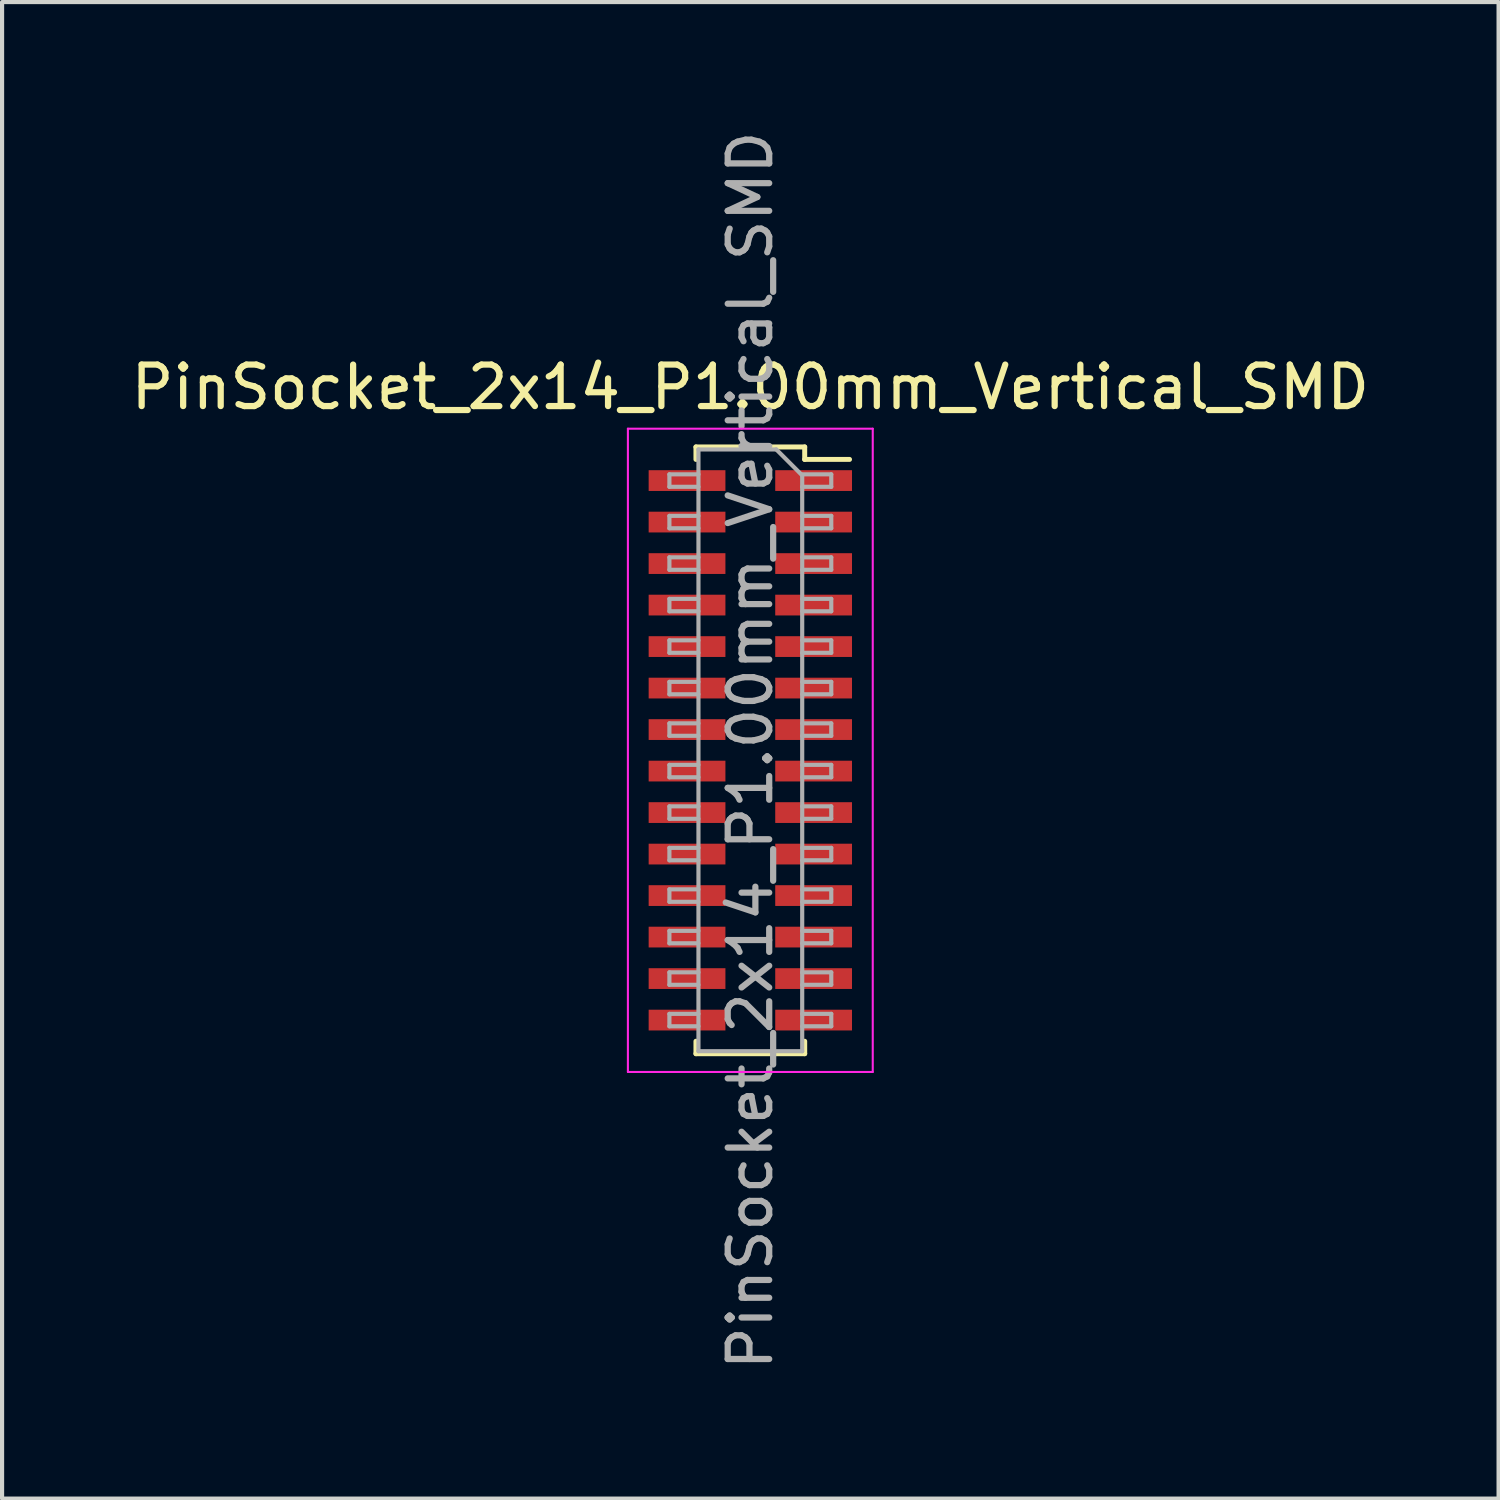
<source format=kicad_pcb>
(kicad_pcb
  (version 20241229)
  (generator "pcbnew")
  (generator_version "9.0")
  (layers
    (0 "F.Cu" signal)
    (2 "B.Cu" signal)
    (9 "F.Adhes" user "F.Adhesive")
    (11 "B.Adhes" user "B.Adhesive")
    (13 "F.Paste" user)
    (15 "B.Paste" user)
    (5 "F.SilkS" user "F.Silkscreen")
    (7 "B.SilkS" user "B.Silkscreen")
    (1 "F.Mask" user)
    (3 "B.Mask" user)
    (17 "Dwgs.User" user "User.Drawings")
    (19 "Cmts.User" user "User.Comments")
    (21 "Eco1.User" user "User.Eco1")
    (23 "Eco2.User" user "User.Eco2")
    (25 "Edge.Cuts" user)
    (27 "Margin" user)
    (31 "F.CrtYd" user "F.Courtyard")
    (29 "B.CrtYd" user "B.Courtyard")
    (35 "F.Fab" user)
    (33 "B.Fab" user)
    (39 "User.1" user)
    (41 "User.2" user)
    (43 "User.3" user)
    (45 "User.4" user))
  (footprint "PinSocket_2x14_P1.00mm_Vertical_SMD"
    (layer "F.Cu")
    (at 15.03 15.03)
    (property "Reference" "PinSocket_2x14_P1.00mm_Vertical_SMD" (at 0 -8.75 0) (layer "F.SilkS") (effects (font (size 1 1) (thickness 0.15))))
    (attr smd)
    (fp_line (start -1.31 -7.31) (end -1.31 -7.01) (stroke (width 0.12) (type solid)) (layer "F.SilkS"))
    (fp_line (start -1.31 -7.31) (end 1.31 -7.31) (stroke (width 0.12) (type solid)) (layer "F.SilkS"))
    (fp_line (start -1.31 7.01) (end -1.31 7.31) (stroke (width 0.12) (type solid)) (layer "F.SilkS"))
    (fp_line (start -1.31 7.31) (end 1.31 7.31) (stroke (width 0.12) (type solid)) (layer "F.SilkS"))
    (fp_line (start 1.31 -7.31) (end 1.31 -7.01) (stroke (width 0.12) (type solid)) (layer "F.SilkS"))
    (fp_line (start 1.31 -7.01) (end 2.39 -7.01) (stroke (width 0.12) (type solid)) (layer "F.SilkS"))
    (fp_line (start 1.31 7.01) (end 1.31 7.31) (stroke (width 0.12) (type solid)) (layer "F.SilkS"))
    (fp_line (start -2.95 -7.75) (end 2.95 -7.75) (stroke (width 0.05) (type solid)) (layer "F.CrtYd"))
    (fp_line (start -2.95 7.75) (end -2.95 -7.75) (stroke (width 0.05) (type solid)) (layer "F.CrtYd"))
    (fp_line (start 2.95 -7.75) (end 2.95 7.75) (stroke (width 0.05) (type solid)) (layer "F.CrtYd"))
    (fp_line (start 2.95 7.75) (end -2.95 7.75) (stroke (width 0.05) (type solid)) (layer "F.CrtYd"))
    (fp_line (start -1.95 -6.65) (end -1.25 -6.65) (stroke (width 0.1) (type solid)) (layer "F.Fab"))
    (fp_line (start -1.95 -6.35) (end -1.95 -6.65) (stroke (width 0.1) (type solid)) (layer "F.Fab"))
    (fp_line (start -1.95 -5.65) (end -1.25 -5.65) (stroke (width 0.1) (type solid)) (layer "F.Fab"))
    (fp_line (start -1.95 -5.35) (end -1.95 -5.65) (stroke (width 0.1) (type solid)) (layer "F.Fab"))
    (fp_line (start -1.95 -4.65) (end -1.25 -4.65) (stroke (width 0.1) (type solid)) (layer "F.Fab"))
    (fp_line (start -1.95 -4.35) (end -1.95 -4.65) (stroke (width 0.1) (type solid)) (layer "F.Fab"))
    (fp_line (start -1.95 -3.65) (end -1.25 -3.65) (stroke (width 0.1) (type solid)) (layer "F.Fab"))
    (fp_line (start -1.95 -3.35) (end -1.95 -3.65) (stroke (width 0.1) (type solid)) (layer "F.Fab"))
    (fp_line (start -1.95 -2.65) (end -1.25 -2.65) (stroke (width 0.1) (type solid)) (layer "F.Fab"))
    (fp_line (start -1.95 -2.35) (end -1.95 -2.65) (stroke (width 0.1) (type solid)) (layer "F.Fab"))
    (fp_line (start -1.95 -1.65) (end -1.25 -1.65) (stroke (width 0.1) (type solid)) (layer "F.Fab"))
    (fp_line (start -1.95 -1.35) (end -1.95 -1.65) (stroke (width 0.1) (type solid)) (layer "F.Fab"))
    (fp_line (start -1.95 -0.65) (end -1.25 -0.65) (stroke (width 0.1) (type solid)) (layer "F.Fab"))
    (fp_line (start -1.95 -0.35) (end -1.95 -0.65) (stroke (width 0.1) (type solid)) (layer "F.Fab"))
    (fp_line (start -1.95 0.35) (end -1.25 0.35) (stroke (width 0.1) (type solid)) (layer "F.Fab"))
    (fp_line (start -1.95 0.65) (end -1.95 0.35) (stroke (width 0.1) (type solid)) (layer "F.Fab"))
    (fp_line (start -1.95 1.35) (end -1.25 1.35) (stroke (width 0.1) (type solid)) (layer "F.Fab"))
    (fp_line (start -1.95 1.65) (end -1.95 1.35) (stroke (width 0.1) (type solid)) (layer "F.Fab"))
    (fp_line (start -1.95 2.35) (end -1.25 2.35) (stroke (width 0.1) (type solid)) (layer "F.Fab"))
    (fp_line (start -1.95 2.65) (end -1.95 2.35) (stroke (width 0.1) (type solid)) (layer "F.Fab"))
    (fp_line (start -1.95 3.35) (end -1.25 3.35) (stroke (width 0.1) (type solid)) (layer "F.Fab"))
    (fp_line (start -1.95 3.65) (end -1.95 3.35) (stroke (width 0.1) (type solid)) (layer "F.Fab"))
    (fp_line (start -1.95 4.35) (end -1.25 4.35) (stroke (width 0.1) (type solid)) (layer "F.Fab"))
    (fp_line (start -1.95 4.65) (end -1.95 4.35) (stroke (width 0.1) (type solid)) (layer "F.Fab"))
    (fp_line (start -1.95 5.35) (end -1.25 5.35) (stroke (width 0.1) (type solid)) (layer "F.Fab"))
    (fp_line (start -1.95 5.65) (end -1.95 5.35) (stroke (width 0.1) (type solid)) (layer "F.Fab"))
    (fp_line (start -1.95 6.35) (end -1.25 6.35) (stroke (width 0.1) (type solid)) (layer "F.Fab"))
    (fp_line (start -1.95 6.65) (end -1.95 6.35) (stroke (width 0.1) (type solid)) (layer "F.Fab"))
    (fp_line (start -1.25 -7.25) (end 0.625 -7.25) (stroke (width 0.1) (type solid)) (layer "F.Fab"))
    (fp_line (start -1.25 -6.35) (end -1.95 -6.35) (stroke (width 0.1) (type solid)) (layer "F.Fab"))
    (fp_line (start -1.25 -5.35) (end -1.95 -5.35) (stroke (width 0.1) (type solid)) (layer "F.Fab"))
    (fp_line (start -1.25 -4.35) (end -1.95 -4.35) (stroke (width 0.1) (type solid)) (layer "F.Fab"))
    (fp_line (start -1.25 -3.35) (end -1.95 -3.35) (stroke (width 0.1) (type solid)) (layer "F.Fab"))
    (fp_line (start -1.25 -2.35) (end -1.95 -2.35) (stroke (width 0.1) (type solid)) (layer "F.Fab"))
    (fp_line (start -1.25 -1.35) (end -1.95 -1.35) (stroke (width 0.1) (type solid)) (layer "F.Fab"))
    (fp_line (start -1.25 -0.35) (end -1.95 -0.35) (stroke (width 0.1) (type solid)) (layer "F.Fab"))
    (fp_line (start -1.25 0.65) (end -1.95 0.65) (stroke (width 0.1) (type solid)) (layer "F.Fab"))
    (fp_line (start -1.25 1.65) (end -1.95 1.65) (stroke (width 0.1) (type solid)) (layer "F.Fab"))
    (fp_line (start -1.25 2.65) (end -1.95 2.65) (stroke (width 0.1) (type solid)) (layer "F.Fab"))
    (fp_line (start -1.25 3.65) (end -1.95 3.65) (stroke (width 0.1) (type solid)) (layer "F.Fab"))
    (fp_line (start -1.25 4.65) (end -1.95 4.65) (stroke (width 0.1) (type solid)) (layer "F.Fab"))
    (fp_line (start -1.25 5.65) (end -1.95 5.65) (stroke (width 0.1) (type solid)) (layer "F.Fab"))
    (fp_line (start -1.25 6.65) (end -1.95 6.65) (stroke (width 0.1) (type solid)) (layer "F.Fab"))
    (fp_line (start -1.25 7.25) (end -1.25 -7.25) (stroke (width 0.1) (type solid)) (layer "F.Fab"))
    (fp_line (start 0.625 -7.25) (end 1.25 -6.625) (stroke (width 0.1) (type solid)) (layer "F.Fab"))
    (fp_line (start 1.25 -6.65) (end 1.95 -6.65) (stroke (width 0.1) (type solid)) (layer "F.Fab"))
    (fp_line (start 1.25 -6.625) (end 1.25 7.25) (stroke (width 0.1) (type solid)) (layer "F.Fab"))
    (fp_line (start 1.25 -5.65) (end 1.95 -5.65) (stroke (width 0.1) (type solid)) (layer "F.Fab"))
    (fp_line (start 1.25 -4.65) (end 1.95 -4.65) (stroke (width 0.1) (type solid)) (layer "F.Fab"))
    (fp_line (start 1.25 -3.65) (end 1.95 -3.65) (stroke (width 0.1) (type solid)) (layer "F.Fab"))
    (fp_line (start 1.25 -2.65) (end 1.95 -2.65) (stroke (width 0.1) (type solid)) (layer "F.Fab"))
    (fp_line (start 1.25 -1.65) (end 1.95 -1.65) (stroke (width 0.1) (type solid)) (layer "F.Fab"))
    (fp_line (start 1.25 -0.65) (end 1.95 -0.65) (stroke (width 0.1) (type solid)) (layer "F.Fab"))
    (fp_line (start 1.25 0.35) (end 1.95 0.35) (stroke (width 0.1) (type solid)) (layer "F.Fab"))
    (fp_line (start 1.25 1.35) (end 1.95 1.35) (stroke (width 0.1) (type solid)) (layer "F.Fab"))
    (fp_line (start 1.25 2.35) (end 1.95 2.35) (stroke (width 0.1) (type solid)) (layer "F.Fab"))
    (fp_line (start 1.25 3.35) (end 1.95 3.35) (stroke (width 0.1) (type solid)) (layer "F.Fab"))
    (fp_line (start 1.25 4.35) (end 1.95 4.35) (stroke (width 0.1) (type solid)) (layer "F.Fab"))
    (fp_line (start 1.25 5.35) (end 1.95 5.35) (stroke (width 0.1) (type solid)) (layer "F.Fab"))
    (fp_line (start 1.25 6.35) (end 1.95 6.35) (stroke (width 0.1) (type solid)) (layer "F.Fab"))
    (fp_line (start 1.25 7.25) (end -1.25 7.25) (stroke (width 0.1) (type solid)) (layer "F.Fab"))
    (fp_line (start 1.95 -6.65) (end 1.95 -6.35) (stroke (width 0.1) (type solid)) (layer "F.Fab"))
    (fp_line (start 1.95 -6.35) (end 1.25 -6.35) (stroke (width 0.1) (type solid)) (layer "F.Fab"))
    (fp_line (start 1.95 -5.65) (end 1.95 -5.35) (stroke (width 0.1) (type solid)) (layer "F.Fab"))
    (fp_line (start 1.95 -5.35) (end 1.25 -5.35) (stroke (width 0.1) (type solid)) (layer "F.Fab"))
    (fp_line (start 1.95 -4.65) (end 1.95 -4.35) (stroke (width 0.1) (type solid)) (layer "F.Fab"))
    (fp_line (start 1.95 -4.35) (end 1.25 -4.35) (stroke (width 0.1) (type solid)) (layer "F.Fab"))
    (fp_line (start 1.95 -3.65) (end 1.95 -3.35) (stroke (width 0.1) (type solid)) (layer "F.Fab"))
    (fp_line (start 1.95 -3.35) (end 1.25 -3.35) (stroke (width 0.1) (type solid)) (layer "F.Fab"))
    (fp_line (start 1.95 -2.65) (end 1.95 -2.35) (stroke (width 0.1) (type solid)) (layer "F.Fab"))
    (fp_line (start 1.95 -2.35) (end 1.25 -2.35) (stroke (width 0.1) (type solid)) (layer "F.Fab"))
    (fp_line (start 1.95 -1.65) (end 1.95 -1.35) (stroke (width 0.1) (type solid)) (layer "F.Fab"))
    (fp_line (start 1.95 -1.35) (end 1.25 -1.35) (stroke (width 0.1) (type solid)) (layer "F.Fab"))
    (fp_line (start 1.95 -0.65) (end 1.95 -0.35) (stroke (width 0.1) (type solid)) (layer "F.Fab"))
    (fp_line (start 1.95 -0.35) (end 1.25 -0.35) (stroke (width 0.1) (type solid)) (layer "F.Fab"))
    (fp_line (start 1.95 0.35) (end 1.95 0.65) (stroke (width 0.1) (type solid)) (layer "F.Fab"))
    (fp_line (start 1.95 0.65) (end 1.25 0.65) (stroke (width 0.1) (type solid)) (layer "F.Fab"))
    (fp_line (start 1.95 1.35) (end 1.95 1.65) (stroke (width 0.1) (type solid)) (layer "F.Fab"))
    (fp_line (start 1.95 1.65) (end 1.25 1.65) (stroke (width 0.1) (type solid)) (layer "F.Fab"))
    (fp_line (start 1.95 2.35) (end 1.95 2.65) (stroke (width 0.1) (type solid)) (layer "F.Fab"))
    (fp_line (start 1.95 2.65) (end 1.25 2.65) (stroke (width 0.1) (type solid)) (layer "F.Fab"))
    (fp_line (start 1.95 3.35) (end 1.95 3.65) (stroke (width 0.1) (type solid)) (layer "F.Fab"))
    (fp_line (start 1.95 3.65) (end 1.25 3.65) (stroke (width 0.1) (type solid)) (layer "F.Fab"))
    (fp_line (start 1.95 4.35) (end 1.95 4.65) (stroke (width 0.1) (type solid)) (layer "F.Fab"))
    (fp_line (start 1.95 4.65) (end 1.25 4.65) (stroke (width 0.1) (type solid)) (layer "F.Fab"))
    (fp_line (start 1.95 5.35) (end 1.95 5.65) (stroke (width 0.1) (type solid)) (layer "F.Fab"))
    (fp_line (start 1.95 5.65) (end 1.25 5.65) (stroke (width 0.1) (type solid)) (layer "F.Fab"))
    (fp_line (start 1.95 6.35) (end 1.95 6.65) (stroke (width 0.1) (type solid)) (layer "F.Fab"))
    (fp_line (start 1.95 6.65) (end 1.25 6.65) (stroke (width 0.1) (type solid)) (layer "F.Fab"))
    (fp_text user "${REFERENCE}" (at 0 0 90) (layer "F.Fab") (effects (font (size 1 1) (thickness 0.15))))
    (pad "1" smd rect (at 1.525 -6.5) (size 1.85 0.5) (layers "F.Cu" "F.Mask" "F.Paste"))
    (pad "2" smd rect (at -1.525 -6.5) (size 1.85 0.5) (layers "F.Cu" "F.Mask" "F.Paste"))
    (pad "3" smd rect (at 1.525 -5.5) (size 1.85 0.5) (layers "F.Cu" "F.Mask" "F.Paste"))
    (pad "4" smd rect (at -1.525 -5.5) (size 1.85 0.5) (layers "F.Cu" "F.Mask" "F.Paste"))
    (pad "5" smd rect (at 1.525 -4.5) (size 1.85 0.5) (layers "F.Cu" "F.Mask" "F.Paste"))
    (pad "6" smd rect (at -1.525 -4.5) (size 1.85 0.5) (layers "F.Cu" "F.Mask" "F.Paste"))
    (pad "7" smd rect (at 1.525 -3.5) (size 1.85 0.5) (layers "F.Cu" "F.Mask" "F.Paste"))
    (pad "8" smd rect (at -1.525 -3.5) (size 1.85 0.5) (layers "F.Cu" "F.Mask" "F.Paste"))
    (pad "9" smd rect (at 1.525 -2.5) (size 1.85 0.5) (layers "F.Cu" "F.Mask" "F.Paste"))
    (pad "10" smd rect (at -1.525 -2.5) (size 1.85 0.5) (layers "F.Cu" "F.Mask" "F.Paste"))
    (pad "11" smd rect (at 1.525 -1.5) (size 1.85 0.5) (layers "F.Cu" "F.Mask" "F.Paste"))
    (pad "12" smd rect (at -1.525 -1.5) (size 1.85 0.5) (layers "F.Cu" "F.Mask" "F.Paste"))
    (pad "13" smd rect (at 1.525 -0.5) (size 1.85 0.5) (layers "F.Cu" "F.Mask" "F.Paste"))
    (pad "14" smd rect (at -1.525 -0.5) (size 1.85 0.5) (layers "F.Cu" "F.Mask" "F.Paste"))
    (pad "15" smd rect (at 1.525 0.5) (size 1.85 0.5) (layers "F.Cu" "F.Mask" "F.Paste"))
    (pad "16" smd rect (at -1.525 0.5) (size 1.85 0.5) (layers "F.Cu" "F.Mask" "F.Paste"))
    (pad "17" smd rect (at 1.525 1.5) (size 1.85 0.5) (layers "F.Cu" "F.Mask" "F.Paste"))
    (pad "18" smd rect (at -1.525 1.5) (size 1.85 0.5) (layers "F.Cu" "F.Mask" "F.Paste"))
    (pad "19" smd rect (at 1.525 2.5) (size 1.85 0.5) (layers "F.Cu" "F.Mask" "F.Paste"))
    (pad "20" smd rect (at -1.525 2.5) (size 1.85 0.5) (layers "F.Cu" "F.Mask" "F.Paste"))
    (pad "21" smd rect (at 1.525 3.5) (size 1.85 0.5) (layers "F.Cu" "F.Mask" "F.Paste"))
    (pad "22" smd rect (at -1.525 3.5) (size 1.85 0.5) (layers "F.Cu" "F.Mask" "F.Paste"))
    (pad "23" smd rect (at 1.525 4.5) (size 1.85 0.5) (layers "F.Cu" "F.Mask" "F.Paste"))
    (pad "24" smd rect (at -1.525 4.5) (size 1.85 0.5) (layers "F.Cu" "F.Mask" "F.Paste"))
    (pad "25" smd rect (at 1.525 5.5) (size 1.85 0.5) (layers "F.Cu" "F.Mask" "F.Paste"))
    (pad "26" smd rect (at -1.525 5.5) (size 1.85 0.5) (layers "F.Cu" "F.Mask" "F.Paste"))
    (pad "27" smd rect (at 1.525 6.5) (size 1.85 0.5) (layers "F.Cu" "F.Mask" "F.Paste"))
    (pad "28" smd rect (at -1.525 6.5) (size 1.85 0.5) (layers "F.Cu" "F.Mask" "F.Paste")))
  (gr_rect
    (start -3 -3)
    (end 33.06 33.06)
    (stroke (width 0.1) (type default))
    (fill no)
    (layer "Edge.Cuts")))
</source>
